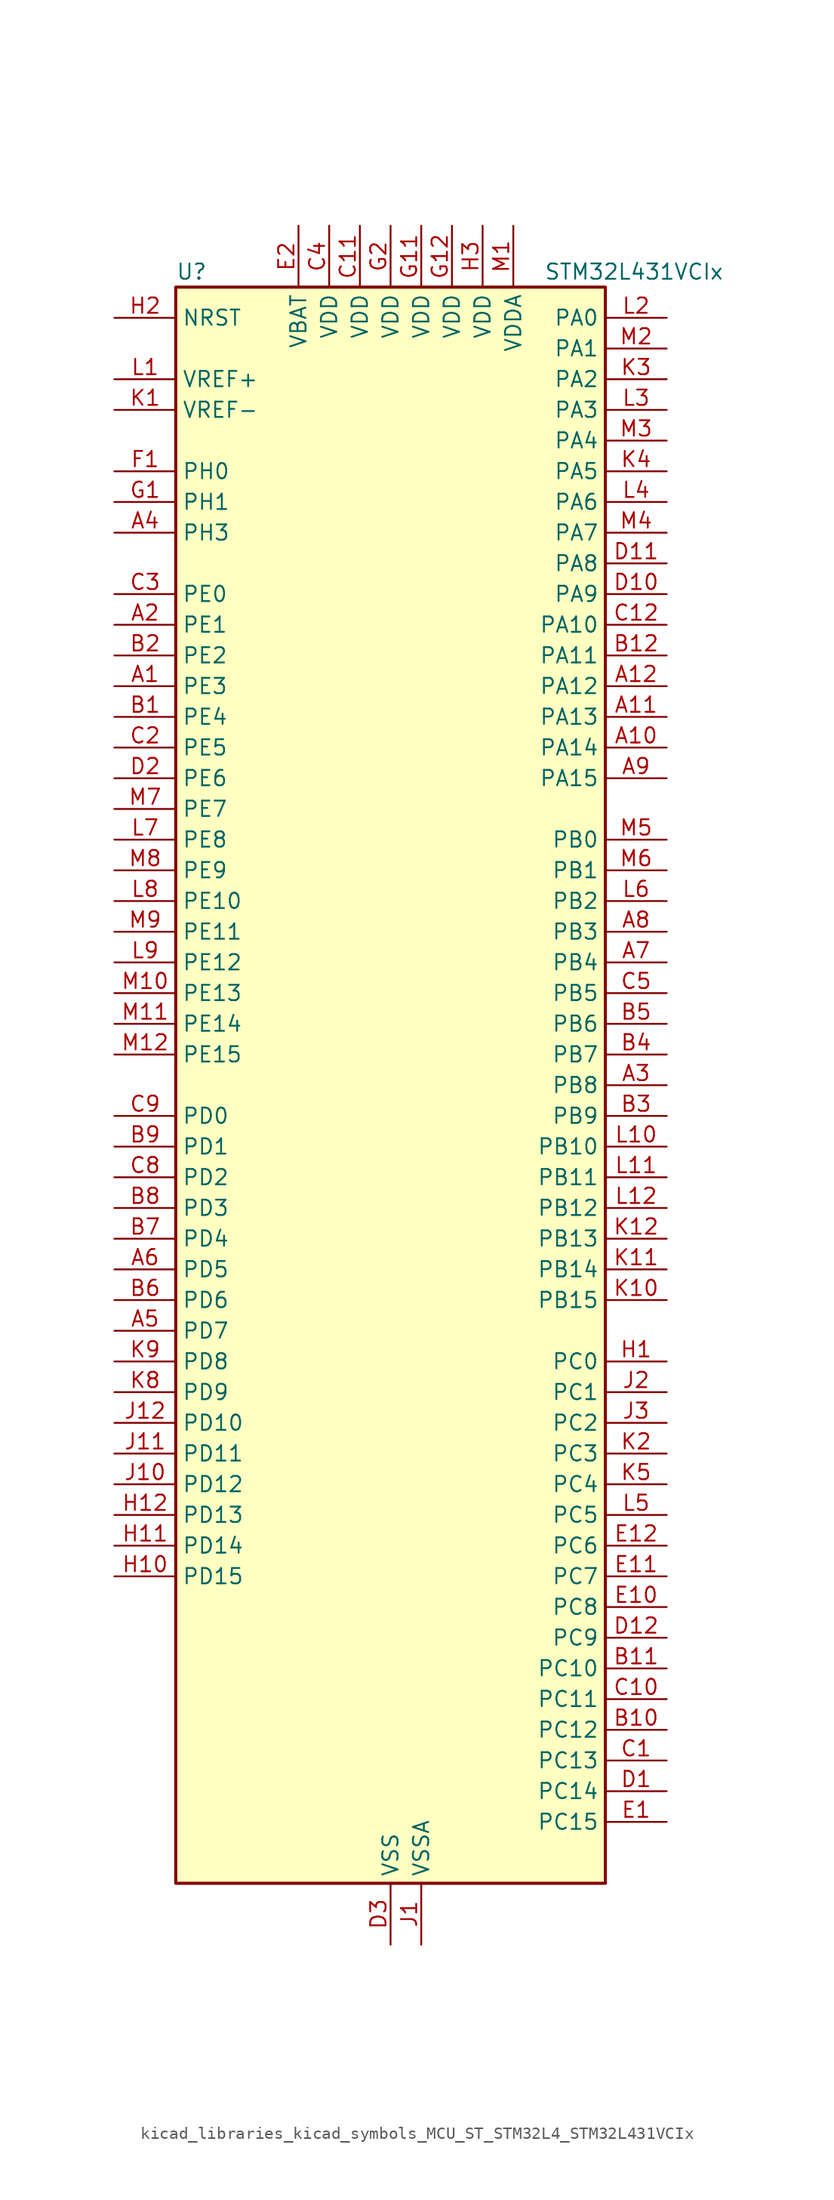
<source format=kicad_sym>
(kicad_symbol_lib
  (version 20220914)
  (generator kicad_symbol_editor)
  (symbol "kicad_libraries_kicad_symbols_MCU_ST_STM32L4_STM32L431VCIx"
    (property "Reference" "U"
      (at -17.78 67.31 0)
      (effects (font (size 1.27 1.27)) (justify left)))
    (property "Value" "STM32L431VCIx"
      (at 12.7 67.31 0)
      (effects (font (size 1.27 1.27)) (justify left)))
    (property "ki_locked" ""
      (at 0 0 0)
      (effects (font (size 1.27 1.27))))
    (symbol "kicad_libraries_kicad_symbols_MCU_ST_STM32L4_STM32L431VCIx_0_1"
      (rectangle (start -17.78 -66.04) (end 17.78 66.04) (stroke (width 0.254) (type default)) (fill (type background))))
    (symbol "kicad_libraries_kicad_symbols_MCU_ST_STM32L4_STM32L431VCIx_1_1"
      (pin bidirectional line (at -22.86 33.02 0) (length 5.08) (name "PE3" (effects (font (size 1.27 1.27)))) (number "A1" (effects (font (size 1.27 1.27)))) (alternate "SAI1_SD_B" bidirectional line) (alternate "SYS_TRACED0" bidirectional line) (alternate "TSC_G7_IO2" bidirectional line))
      (pin bidirectional line (at 22.86 27.94 180) (length 5.08) (name "PA14" (effects (font (size 1.27 1.27)))) (number "A10" (effects (font (size 1.27 1.27)))) (alternate "I2C1_SMBA" bidirectional line) (alternate "LPTIM1_OUT" bidirectional line) (alternate "SAI1_FS_B" bidirectional line) (alternate "SWPMI1_RX" bidirectional line) (alternate "SYS_JTCK-SWCLK" bidirectional line))
      (pin bidirectional line (at 22.86 30.48 180) (length 5.08) (name "PA13" (effects (font (size 1.27 1.27)))) (number "A11" (effects (font (size 1.27 1.27)))) (alternate "IR_OUT" bidirectional line) (alternate "SAI1_SD_B" bidirectional line) (alternate "SWPMI1_TX" bidirectional line) (alternate "SYS_JTMS-SWDIO" bidirectional line))
      (pin bidirectional line (at 22.86 33.02 180) (length 5.08) (name "PA12" (effects (font (size 1.27 1.27)))) (number "A12" (effects (font (size 1.27 1.27)))) (alternate "CAN1_TX" bidirectional line) (alternate "SPI1_MOSI" bidirectional line) (alternate "TIM1_ETR" bidirectional line) (alternate "USART1_DE" bidirectional line) (alternate "USART1_RTS" bidirectional line))
      (pin bidirectional line (at -22.86 38.1 0) (length 5.08) (name "PE1" (effects (font (size 1.27 1.27)))) (number "A2" (effects (font (size 1.27 1.27)))))
      (pin bidirectional line (at 22.86 0 180) (length 5.08) (name "PB8" (effects (font (size 1.27 1.27)))) (number "A3" (effects (font (size 1.27 1.27)))) (alternate "CAN1_RX" bidirectional line) (alternate "I2C1_SCL" bidirectional line) (alternate "SAI1_MCLK_A" bidirectional line) (alternate "SDMMC1_D4" bidirectional line) (alternate "TIM16_CH1" bidirectional line))
      (pin bidirectional line (at -22.86 45.72 0) (length 5.08) (name "PH3" (effects (font (size 1.27 1.27)))) (number "A4" (effects (font (size 1.27 1.27)))))
      (pin bidirectional line (at -22.86 -20.32 0) (length 5.08) (name "PD7" (effects (font (size 1.27 1.27)))) (number "A5" (effects (font (size 1.27 1.27)))) (alternate "QUADSPI_BK2_IO3" bidirectional line) (alternate "USART2_CK" bidirectional line))
      (pin bidirectional line (at -22.86 -15.24 0) (length 5.08) (name "PD5" (effects (font (size 1.27 1.27)))) (number "A6" (effects (font (size 1.27 1.27)))) (alternate "QUADSPI_BK2_IO1" bidirectional line) (alternate "USART2_TX" bidirectional line))
      (pin bidirectional line (at 22.86 10.16 180) (length 5.08) (name "PB4" (effects (font (size 1.27 1.27)))) (number "A7" (effects (font (size 1.27 1.27)))) (alternate "COMP2_INP" bidirectional line) (alternate "I2C3_SDA" bidirectional line) (alternate "SAI1_MCLK_B" bidirectional line) (alternate "SPI1_MISO" bidirectional line) (alternate "SPI3_MISO" bidirectional line) (alternate "SYS_JTRST" bidirectional line) (alternate "TSC_G2_IO1" bidirectional line) (alternate "USART1_CTS" bidirectional line))
      (pin bidirectional line (at 22.86 12.7 180) (length 5.08) (name "PB3" (effects (font (size 1.27 1.27)))) (number "A8" (effects (font (size 1.27 1.27)))) (alternate "COMP2_INM" bidirectional line) (alternate "SAI1_SCK_B" bidirectional line) (alternate "SPI1_SCK" bidirectional line) (alternate "SPI3_SCK" bidirectional line) (alternate "SYS_JTDO-SWO" bidirectional line) (alternate "TIM2_CH2" bidirectional line) (alternate "USART1_DE" bidirectional line) (alternate "USART1_RTS" bidirectional line))
      (pin bidirectional line (at 22.86 25.4 180) (length 5.08) (name "PA15" (effects (font (size 1.27 1.27)))) (number "A9" (effects (font (size 1.27 1.27)))) (alternate "ADC1_EXTI15" bidirectional line) (alternate "SPI1_NSS" bidirectional line) (alternate "SPI3_NSS" bidirectional line) (alternate "SWPMI1_SUSPEND" bidirectional line) (alternate "SYS_JTDI" bidirectional line) (alternate "TIM2_CH1" bidirectional line) (alternate "TIM2_ETR" bidirectional line) (alternate "TSC_G3_IO1" bidirectional line) (alternate "USART2_RX" bidirectional line) (alternate "USART3_DE" bidirectional line) (alternate "USART3_RTS" bidirectional line))
      (pin bidirectional line (at -22.86 30.48 0) (length 5.08) (name "PE4" (effects (font (size 1.27 1.27)))) (number "B1" (effects (font (size 1.27 1.27)))) (alternate "SAI1_FS_A" bidirectional line) (alternate "SYS_TRACED1" bidirectional line) (alternate "TSC_G7_IO3" bidirectional line))
      (pin bidirectional line (at 22.86 -53.34 180) (length 5.08) (name "PC12" (effects (font (size 1.27 1.27)))) (number "B10" (effects (font (size 1.27 1.27)))) (alternate "SDMMC1_CK" bidirectional line) (alternate "SPI3_MOSI" bidirectional line) (alternate "TSC_G3_IO4" bidirectional line) (alternate "USART3_CK" bidirectional line))
      (pin bidirectional line (at 22.86 -48.26 180) (length 5.08) (name "PC10" (effects (font (size 1.27 1.27)))) (number "B11" (effects (font (size 1.27 1.27)))) (alternate "SDMMC1_D2" bidirectional line) (alternate "SPI3_SCK" bidirectional line) (alternate "TSC_G3_IO2" bidirectional line) (alternate "USART3_TX" bidirectional line))
      (pin bidirectional line (at 22.86 35.56 180) (length 5.08) (name "PA11" (effects (font (size 1.27 1.27)))) (number "B12" (effects (font (size 1.27 1.27)))) (alternate "ADC1_EXTI11" bidirectional line) (alternate "CAN1_RX" bidirectional line) (alternate "COMP1_OUT" bidirectional line) (alternate "SPI1_MISO" bidirectional line) (alternate "TIM1_BKIN2" bidirectional line) (alternate "TIM1_BKIN2_COMP1" bidirectional line) (alternate "TIM1_CH4" bidirectional line) (alternate "USART1_CTS" bidirectional line))
      (pin bidirectional line (at -22.86 35.56 0) (length 5.08) (name "PE2" (effects (font (size 1.27 1.27)))) (number "B2" (effects (font (size 1.27 1.27)))) (alternate "SAI1_MCLK_A" bidirectional line) (alternate "SYS_TRACECLK" bidirectional line) (alternate "TSC_G7_IO1" bidirectional line))
      (pin bidirectional line (at 22.86 -2.54 180) (length 5.08) (name "PB9" (effects (font (size 1.27 1.27)))) (number "B3" (effects (font (size 1.27 1.27)))) (alternate "CAN1_TX" bidirectional line) (alternate "DAC1_EXTI9" bidirectional line) (alternate "I2C1_SDA" bidirectional line) (alternate "IR_OUT" bidirectional line) (alternate "SAI1_FS_A" bidirectional line) (alternate "SDMMC1_D5" bidirectional line) (alternate "SPI2_NSS" bidirectional line))
      (pin bidirectional line (at 22.86 2.54 180) (length 5.08) (name "PB7" (effects (font (size 1.27 1.27)))) (number "B4" (effects (font (size 1.27 1.27)))) (alternate "COMP2_INM" bidirectional line) (alternate "I2C1_SDA" bidirectional line) (alternate "LPTIM1_IN2" bidirectional line) (alternate "SYS_PVD_IN" bidirectional line) (alternate "TSC_G2_IO4" bidirectional line) (alternate "USART1_RX" bidirectional line))
      (pin bidirectional line (at 22.86 5.08 180) (length 5.08) (name "PB6" (effects (font (size 1.27 1.27)))) (number "B5" (effects (font (size 1.27 1.27)))) (alternate "COMP2_INP" bidirectional line) (alternate "I2C1_SCL" bidirectional line) (alternate "LPTIM1_ETR" bidirectional line) (alternate "SAI1_FS_B" bidirectional line) (alternate "TIM16_CH1N" bidirectional line) (alternate "TSC_G2_IO3" bidirectional line) (alternate "USART1_TX" bidirectional line))
      (pin bidirectional line (at -22.86 -17.78 0) (length 5.08) (name "PD6" (effects (font (size 1.27 1.27)))) (number "B6" (effects (font (size 1.27 1.27)))) (alternate "QUADSPI_BK2_IO2" bidirectional line) (alternate "SAI1_SD_A" bidirectional line) (alternate "USART2_RX" bidirectional line))
      (pin bidirectional line (at -22.86 -12.7 0) (length 5.08) (name "PD4" (effects (font (size 1.27 1.27)))) (number "B7" (effects (font (size 1.27 1.27)))) (alternate "QUADSPI_BK2_IO0" bidirectional line) (alternate "SPI2_MOSI" bidirectional line) (alternate "USART2_DE" bidirectional line) (alternate "USART2_RTS" bidirectional line))
      (pin bidirectional line (at -22.86 -10.16 0) (length 5.08) (name "PD3" (effects (font (size 1.27 1.27)))) (number "B8" (effects (font (size 1.27 1.27)))) (alternate "QUADSPI_BK2_NCS" bidirectional line) (alternate "SPI2_MISO" bidirectional line) (alternate "USART2_CTS" bidirectional line))
      (pin bidirectional line (at -22.86 -5.08 0) (length 5.08) (name "PD1" (effects (font (size 1.27 1.27)))) (number "B9" (effects (font (size 1.27 1.27)))) (alternate "CAN1_TX" bidirectional line) (alternate "SPI2_SCK" bidirectional line))
      (pin bidirectional line (at 22.86 -55.88 180) (length 5.08) (name "PC13" (effects (font (size 1.27 1.27)))) (number "C1" (effects (font (size 1.27 1.27)))) (alternate "RTC_OUT_ALARM" bidirectional line) (alternate "RTC_OUT_CALIB" bidirectional line) (alternate "RTC_TAMP1" bidirectional line) (alternate "RTC_TS" bidirectional line) (alternate "SYS_WKUP2" bidirectional line))
      (pin bidirectional line (at 22.86 -50.8 180) (length 5.08) (name "PC11" (effects (font (size 1.27 1.27)))) (number "C10" (effects (font (size 1.27 1.27)))) (alternate "ADC1_EXTI11" bidirectional line) (alternate "SDMMC1_D3" bidirectional line) (alternate "SPI3_MISO" bidirectional line) (alternate "TSC_G3_IO3" bidirectional line) (alternate "USART3_RX" bidirectional line))
      (pin power_in line (at -2.54 71.12 270) (length 5.08) (name "VDD" (effects (font (size 1.27 1.27)))) (number "C11" (effects (font (size 1.27 1.27)))))
      (pin bidirectional line (at 22.86 38.1 180) (length 5.08) (name "PA10" (effects (font (size 1.27 1.27)))) (number "C12" (effects (font (size 1.27 1.27)))) (alternate "I2C1_SDA" bidirectional line) (alternate "SAI1_SD_A" bidirectional line) (alternate "TIM1_CH3" bidirectional line) (alternate "USART1_RX" bidirectional line))
      (pin bidirectional line (at -22.86 27.94 0) (length 5.08) (name "PE5" (effects (font (size 1.27 1.27)))) (number "C2" (effects (font (size 1.27 1.27)))) (alternate "SAI1_SCK_A" bidirectional line) (alternate "SYS_TRACED2" bidirectional line) (alternate "TSC_G7_IO4" bidirectional line))
      (pin bidirectional line (at -22.86 40.64 0) (length 5.08) (name "PE0" (effects (font (size 1.27 1.27)))) (number "C3" (effects (font (size 1.27 1.27)))) (alternate "TIM16_CH1" bidirectional line))
      (pin power_in line (at -5.08 71.12 270) (length 5.08) (name "VDD" (effects (font (size 1.27 1.27)))) (number "C4" (effects (font (size 1.27 1.27)))))
      (pin bidirectional line (at 22.86 7.62 180) (length 5.08) (name "PB5" (effects (font (size 1.27 1.27)))) (number "C5" (effects (font (size 1.27 1.27)))) (alternate "COMP2_OUT" bidirectional line) (alternate "I2C1_SMBA" bidirectional line) (alternate "LPTIM1_IN1" bidirectional line) (alternate "SAI1_SD_B" bidirectional line) (alternate "SPI1_MOSI" bidirectional line) (alternate "SPI3_MOSI" bidirectional line) (alternate "TIM16_BKIN" bidirectional line) (alternate "TSC_G2_IO2" bidirectional line) (alternate "USART1_CK" bidirectional line))
      (pin bidirectional line (at -22.86 -7.62 0) (length 5.08) (name "PD2" (effects (font (size 1.27 1.27)))) (number "C8" (effects (font (size 1.27 1.27)))) (alternate "SDMMC1_CMD" bidirectional line) (alternate "TSC_SYNC" bidirectional line) (alternate "USART3_DE" bidirectional line) (alternate "USART3_RTS" bidirectional line))
      (pin bidirectional line (at -22.86 -2.54 0) (length 5.08) (name "PD0" (effects (font (size 1.27 1.27)))) (number "C9" (effects (font (size 1.27 1.27)))) (alternate "CAN1_RX" bidirectional line) (alternate "SPI2_NSS" bidirectional line))
      (pin bidirectional line (at 22.86 -58.42 180) (length 5.08) (name "PC14" (effects (font (size 1.27 1.27)))) (number "D1" (effects (font (size 1.27 1.27)))) (alternate "RCC_OSC32_IN" bidirectional line))
      (pin bidirectional line (at 22.86 40.64 180) (length 5.08) (name "PA9" (effects (font (size 1.27 1.27)))) (number "D10" (effects (font (size 1.27 1.27)))) (alternate "DAC1_EXTI9" bidirectional line) (alternate "I2C1_SCL" bidirectional line) (alternate "SAI1_FS_A" bidirectional line) (alternate "TIM15_BKIN" bidirectional line) (alternate "TIM1_CH2" bidirectional line) (alternate "USART1_TX" bidirectional line))
      (pin bidirectional line (at 22.86 43.18 180) (length 5.08) (name "PA8" (effects (font (size 1.27 1.27)))) (number "D11" (effects (font (size 1.27 1.27)))) (alternate "LPTIM2_OUT" bidirectional line) (alternate "RCC_MCO" bidirectional line) (alternate "SAI1_SCK_A" bidirectional line) (alternate "SWPMI1_IO" bidirectional line) (alternate "TIM1_CH1" bidirectional line) (alternate "USART1_CK" bidirectional line))
      (pin bidirectional line (at 22.86 -45.72 180) (length 5.08) (name "PC9" (effects (font (size 1.27 1.27)))) (number "D12" (effects (font (size 1.27 1.27)))) (alternate "DAC1_EXTI9" bidirectional line) (alternate "SDMMC1_D1" bidirectional line) (alternate "TSC_G4_IO4" bidirectional line))
      (pin bidirectional line (at -22.86 25.4 0) (length 5.08) (name "PE6" (effects (font (size 1.27 1.27)))) (number "D2" (effects (font (size 1.27 1.27)))) (alternate "RTC_TAMP3" bidirectional line) (alternate "SAI1_SD_A" bidirectional line) (alternate "SYS_TRACED3" bidirectional line) (alternate "SYS_WKUP3" bidirectional line))
      (pin power_in line (at 0 -71.12 90) (length 5.08) (name "VSS" (effects (font (size 1.27 1.27)))) (number "D3" (effects (font (size 1.27 1.27)))))
      (pin bidirectional line (at 22.86 -60.96 180) (length 5.08) (name "PC15" (effects (font (size 1.27 1.27)))) (number "E1" (effects (font (size 1.27 1.27)))) (alternate "ADC1_EXTI15" bidirectional line) (alternate "RCC_OSC32_OUT" bidirectional line))
      (pin bidirectional line (at 22.86 -43.18 180) (length 5.08) (name "PC8" (effects (font (size 1.27 1.27)))) (number "E10" (effects (font (size 1.27 1.27)))) (alternate "SDMMC1_D0" bidirectional line) (alternate "TSC_G4_IO3" bidirectional line))
      (pin bidirectional line (at 22.86 -40.64 180) (length 5.08) (name "PC7" (effects (font (size 1.27 1.27)))) (number "E11" (effects (font (size 1.27 1.27)))) (alternate "SDMMC1_D7" bidirectional line) (alternate "TSC_G4_IO2" bidirectional line))
      (pin bidirectional line (at 22.86 -38.1 180) (length 5.08) (name "PC6" (effects (font (size 1.27 1.27)))) (number "E12" (effects (font (size 1.27 1.27)))) (alternate "SDMMC1_D6" bidirectional line) (alternate "TSC_G4_IO1" bidirectional line))
      (pin power_in line (at -7.62 71.12 270) (length 5.08) (name "VBAT" (effects (font (size 1.27 1.27)))) (number "E2" (effects (font (size 1.27 1.27)))))
      (pin passive line (at 0 -71.12 90) (length 5.08) hide (name "VSS" (effects (font (size 1.27 1.27)))) (number "E3" (effects (font (size 1.27 1.27)))))
      (pin bidirectional line (at -22.86 50.8 0) (length 5.08) (name "PH0" (effects (font (size 1.27 1.27)))) (number "F1" (effects (font (size 1.27 1.27)))) (alternate "RCC_OSC_IN" bidirectional line))
      (pin passive line (at 0 -71.12 90) (length 5.08) hide (name "VSS" (effects (font (size 1.27 1.27)))) (number "F11" (effects (font (size 1.27 1.27)))))
      (pin passive line (at 0 -71.12 90) (length 5.08) hide (name "VSS" (effects (font (size 1.27 1.27)))) (number "F12" (effects (font (size 1.27 1.27)))))
      (pin passive line (at 0 -71.12 90) (length 5.08) hide (name "VSS" (effects (font (size 1.27 1.27)))) (number "F2" (effects (font (size 1.27 1.27)))))
      (pin bidirectional line (at -22.86 48.26 0) (length 5.08) (name "PH1" (effects (font (size 1.27 1.27)))) (number "G1" (effects (font (size 1.27 1.27)))) (alternate "RCC_OSC_OUT" bidirectional line))
      (pin power_in line (at 2.54 71.12 270) (length 5.08) (name "VDD" (effects (font (size 1.27 1.27)))) (number "G11" (effects (font (size 1.27 1.27)))))
      (pin power_in line (at 5.08 71.12 270) (length 5.08) (name "VDD" (effects (font (size 1.27 1.27)))) (number "G12" (effects (font (size 1.27 1.27)))))
      (pin power_in line (at 0 71.12 270) (length 5.08) (name "VDD" (effects (font (size 1.27 1.27)))) (number "G2" (effects (font (size 1.27 1.27)))))
      (pin bidirectional line (at 22.86 -22.86 180) (length 5.08) (name "PC0" (effects (font (size 1.27 1.27)))) (number "H1" (effects (font (size 1.27 1.27)))) (alternate "ADC1_IN1" bidirectional line) (alternate "I2C3_SCL" bidirectional line) (alternate "LPTIM1_IN1" bidirectional line) (alternate "LPTIM2_IN1" bidirectional line) (alternate "LPUART1_RX" bidirectional line))
      (pin bidirectional line (at -22.86 -40.64 0) (length 5.08) (name "PD15" (effects (font (size 1.27 1.27)))) (number "H10" (effects (font (size 1.27 1.27)))) (alternate "ADC1_EXTI15" bidirectional line))
      (pin bidirectional line (at -22.86 -38.1 0) (length 5.08) (name "PD14" (effects (font (size 1.27 1.27)))) (number "H11" (effects (font (size 1.27 1.27)))))
      (pin bidirectional line (at -22.86 -35.56 0) (length 5.08) (name "PD13" (effects (font (size 1.27 1.27)))) (number "H12" (effects (font (size 1.27 1.27)))) (alternate "LPTIM2_OUT" bidirectional line) (alternate "TSC_G6_IO4" bidirectional line))
      (pin input line (at -22.86 63.5 0) (length 5.08) (name "NRST" (effects (font (size 1.27 1.27)))) (number "H2" (effects (font (size 1.27 1.27)))))
      (pin power_in line (at 7.62 71.12 270) (length 5.08) (name "VDD" (effects (font (size 1.27 1.27)))) (number "H3" (effects (font (size 1.27 1.27)))))
      (pin power_in line (at 2.54 -71.12 90) (length 5.08) (name "VSSA" (effects (font (size 1.27 1.27)))) (number "J1" (effects (font (size 1.27 1.27)))))
      (pin bidirectional line (at -22.86 -33.02 0) (length 5.08) (name "PD12" (effects (font (size 1.27 1.27)))) (number "J10" (effects (font (size 1.27 1.27)))) (alternate "LPTIM2_IN1" bidirectional line) (alternate "TSC_G6_IO3" bidirectional line) (alternate "USART3_DE" bidirectional line) (alternate "USART3_RTS" bidirectional line))
      (pin bidirectional line (at -22.86 -30.48 0) (length 5.08) (name "PD11" (effects (font (size 1.27 1.27)))) (number "J11" (effects (font (size 1.27 1.27)))) (alternate "ADC1_EXTI11" bidirectional line) (alternate "LPTIM2_ETR" bidirectional line) (alternate "TSC_G6_IO2" bidirectional line) (alternate "USART3_CTS" bidirectional line))
      (pin bidirectional line (at -22.86 -27.94 0) (length 5.08) (name "PD10" (effects (font (size 1.27 1.27)))) (number "J12" (effects (font (size 1.27 1.27)))) (alternate "TSC_G6_IO1" bidirectional line) (alternate "USART3_CK" bidirectional line))
      (pin bidirectional line (at 22.86 -25.4 180) (length 5.08) (name "PC1" (effects (font (size 1.27 1.27)))) (number "J2" (effects (font (size 1.27 1.27)))) (alternate "ADC1_IN2" bidirectional line) (alternate "I2C3_SDA" bidirectional line) (alternate "LPTIM1_OUT" bidirectional line) (alternate "LPUART1_TX" bidirectional line))
      (pin bidirectional line (at 22.86 -27.94 180) (length 5.08) (name "PC2" (effects (font (size 1.27 1.27)))) (number "J3" (effects (font (size 1.27 1.27)))) (alternate "ADC1_IN3" bidirectional line) (alternate "LPTIM1_IN2" bidirectional line) (alternate "SPI2_MISO" bidirectional line))
      (pin input line (at -22.86 55.88 0) (length 5.08) (name "VREF-" (effects (font (size 1.27 1.27)))) (number "K1" (effects (font (size 1.27 1.27)))))
      (pin bidirectional line (at 22.86 -17.78 180) (length 5.08) (name "PB15" (effects (font (size 1.27 1.27)))) (number "K10" (effects (font (size 1.27 1.27)))) (alternate "ADC1_EXTI15" bidirectional line) (alternate "RTC_REFIN" bidirectional line) (alternate "SAI1_SD_A" bidirectional line) (alternate "SPI2_MOSI" bidirectional line) (alternate "SWPMI1_SUSPEND" bidirectional line) (alternate "TIM15_CH2" bidirectional line) (alternate "TIM1_CH3N" bidirectional line) (alternate "TSC_G1_IO4" bidirectional line))
      (pin bidirectional line (at 22.86 -15.24 180) (length 5.08) (name "PB14" (effects (font (size 1.27 1.27)))) (number "K11" (effects (font (size 1.27 1.27)))) (alternate "I2C2_SDA" bidirectional line) (alternate "SAI1_MCLK_A" bidirectional line) (alternate "SPI2_MISO" bidirectional line) (alternate "SWPMI1_RX" bidirectional line) (alternate "TIM15_CH1" bidirectional line) (alternate "TIM1_CH2N" bidirectional line) (alternate "TSC_G1_IO3" bidirectional line) (alternate "USART3_DE" bidirectional line) (alternate "USART3_RTS" bidirectional line))
      (pin bidirectional line (at 22.86 -12.7 180) (length 5.08) (name "PB13" (effects (font (size 1.27 1.27)))) (number "K12" (effects (font (size 1.27 1.27)))) (alternate "I2C2_SCL" bidirectional line) (alternate "LPUART1_CTS" bidirectional line) (alternate "SAI1_SCK_A" bidirectional line) (alternate "SPI2_SCK" bidirectional line) (alternate "SWPMI1_TX" bidirectional line) (alternate "TIM15_CH1N" bidirectional line) (alternate "TIM1_CH1N" bidirectional line) (alternate "TSC_G1_IO2" bidirectional line) (alternate "USART3_CTS" bidirectional line))
      (pin bidirectional line (at 22.86 -30.48 180) (length 5.08) (name "PC3" (effects (font (size 1.27 1.27)))) (number "K2" (effects (font (size 1.27 1.27)))) (alternate "ADC1_IN4" bidirectional line) (alternate "LPTIM1_ETR" bidirectional line) (alternate "LPTIM2_ETR" bidirectional line) (alternate "SAI1_SD_A" bidirectional line) (alternate "SPI2_MOSI" bidirectional line))
      (pin bidirectional line (at 22.86 58.42 180) (length 5.08) (name "PA2" (effects (font (size 1.27 1.27)))) (number "K3" (effects (font (size 1.27 1.27)))) (alternate "ADC1_IN7" bidirectional line) (alternate "COMP2_INM" bidirectional line) (alternate "COMP2_OUT" bidirectional line) (alternate "LPUART1_TX" bidirectional line) (alternate "QUADSPI_BK1_NCS" bidirectional line) (alternate "RCC_LSCO" bidirectional line) (alternate "SYS_WKUP4" bidirectional line) (alternate "TIM15_CH1" bidirectional line) (alternate "TIM2_CH3" bidirectional line) (alternate "USART2_TX" bidirectional line))
      (pin bidirectional line (at 22.86 50.8 180) (length 5.08) (name "PA5" (effects (font (size 1.27 1.27)))) (number "K4" (effects (font (size 1.27 1.27)))) (alternate "ADC1_IN10" bidirectional line) (alternate "COMP1_INM" bidirectional line) (alternate "COMP2_INM" bidirectional line) (alternate "DAC1_OUT2" bidirectional line) (alternate "LPTIM2_ETR" bidirectional line) (alternate "SPI1_SCK" bidirectional line) (alternate "TIM2_CH1" bidirectional line) (alternate "TIM2_ETR" bidirectional line))
      (pin bidirectional line (at 22.86 -33.02 180) (length 5.08) (name "PC4" (effects (font (size 1.27 1.27)))) (number "K5" (effects (font (size 1.27 1.27)))) (alternate "ADC1_IN13" bidirectional line) (alternate "COMP1_INM" bidirectional line) (alternate "USART3_TX" bidirectional line))
      (pin bidirectional line (at -22.86 -25.4 0) (length 5.08) (name "PD9" (effects (font (size 1.27 1.27)))) (number "K8" (effects (font (size 1.27 1.27)))) (alternate "DAC1_EXTI9" bidirectional line) (alternate "USART3_RX" bidirectional line))
      (pin bidirectional line (at -22.86 -22.86 0) (length 5.08) (name "PD8" (effects (font (size 1.27 1.27)))) (number "K9" (effects (font (size 1.27 1.27)))) (alternate "USART3_TX" bidirectional line))
      (pin input line (at -22.86 58.42 0) (length 5.08) (name "VREF+" (effects (font (size 1.27 1.27)))) (number "L1" (effects (font (size 1.27 1.27)))) (alternate "VREFBUF_OUT" bidirectional line))
      (pin bidirectional line (at 22.86 -5.08 180) (length 5.08) (name "PB10" (effects (font (size 1.27 1.27)))) (number "L10" (effects (font (size 1.27 1.27)))) (alternate "COMP1_OUT" bidirectional line) (alternate "I2C2_SCL" bidirectional line) (alternate "LPUART1_RX" bidirectional line) (alternate "QUADSPI_CLK" bidirectional line) (alternate "SAI1_SCK_A" bidirectional line) (alternate "SPI2_SCK" bidirectional line) (alternate "TIM2_CH3" bidirectional line) (alternate "TSC_SYNC" bidirectional line) (alternate "USART3_TX" bidirectional line))
      (pin bidirectional line (at 22.86 -7.62 180) (length 5.08) (name "PB11" (effects (font (size 1.27 1.27)))) (number "L11" (effects (font (size 1.27 1.27)))) (alternate "ADC1_EXTI11" bidirectional line) (alternate "COMP2_OUT" bidirectional line) (alternate "I2C2_SDA" bidirectional line) (alternate "LPUART1_TX" bidirectional line) (alternate "QUADSPI_BK1_NCS" bidirectional line) (alternate "TIM2_CH4" bidirectional line) (alternate "USART3_RX" bidirectional line))
      (pin bidirectional line (at 22.86 -10.16 180) (length 5.08) (name "PB12" (effects (font (size 1.27 1.27)))) (number "L12" (effects (font (size 1.27 1.27)))) (alternate "I2C2_SMBA" bidirectional line) (alternate "LPUART1_DE" bidirectional line) (alternate "LPUART1_RTS" bidirectional line) (alternate "SAI1_FS_A" bidirectional line) (alternate "SPI2_NSS" bidirectional line) (alternate "SWPMI1_IO" bidirectional line) (alternate "TIM15_BKIN" bidirectional line) (alternate "TIM1_BKIN" bidirectional line) (alternate "TIM1_BKIN_COMP2" bidirectional line) (alternate "TSC_G1_IO1" bidirectional line) (alternate "USART3_CK" bidirectional line))
      (pin bidirectional line (at 22.86 63.5 180) (length 5.08) (name "PA0" (effects (font (size 1.27 1.27)))) (number "L2" (effects (font (size 1.27 1.27)))) (alternate "ADC1_IN5" bidirectional line) (alternate "COMP1_INM" bidirectional line) (alternate "COMP1_OUT" bidirectional line) (alternate "OPAMP1_VINP" bidirectional line) (alternate "RTC_TAMP2" bidirectional line) (alternate "SAI1_EXTCLK" bidirectional line) (alternate "SYS_WKUP1" bidirectional line) (alternate "TIM2_CH1" bidirectional line) (alternate "TIM2_ETR" bidirectional line) (alternate "USART2_CTS" bidirectional line))
      (pin bidirectional line (at 22.86 55.88 180) (length 5.08) (name "PA3" (effects (font (size 1.27 1.27)))) (number "L3" (effects (font (size 1.27 1.27)))) (alternate "ADC1_IN8" bidirectional line) (alternate "COMP2_INP" bidirectional line) (alternate "LPUART1_RX" bidirectional line) (alternate "OPAMP1_VOUT" bidirectional line) (alternate "QUADSPI_CLK" bidirectional line) (alternate "SAI1_MCLK_A" bidirectional line) (alternate "TIM15_CH2" bidirectional line) (alternate "TIM2_CH4" bidirectional line) (alternate "USART2_RX" bidirectional line))
      (pin bidirectional line (at 22.86 48.26 180) (length 5.08) (name "PA6" (effects (font (size 1.27 1.27)))) (number "L4" (effects (font (size 1.27 1.27)))) (alternate "ADC1_IN11" bidirectional line) (alternate "COMP1_OUT" bidirectional line) (alternate "LPUART1_CTS" bidirectional line) (alternate "QUADSPI_BK1_IO3" bidirectional line) (alternate "SPI1_MISO" bidirectional line) (alternate "TIM16_CH1" bidirectional line) (alternate "TIM1_BKIN" bidirectional line) (alternate "TIM1_BKIN_COMP2" bidirectional line) (alternate "USART3_CTS" bidirectional line))
      (pin bidirectional line (at 22.86 -35.56 180) (length 5.08) (name "PC5" (effects (font (size 1.27 1.27)))) (number "L5" (effects (font (size 1.27 1.27)))) (alternate "ADC1_IN14" bidirectional line) (alternate "COMP1_INP" bidirectional line) (alternate "SYS_WKUP5" bidirectional line) (alternate "USART3_RX" bidirectional line))
      (pin bidirectional line (at 22.86 15.24 180) (length 5.08) (name "PB2" (effects (font (size 1.27 1.27)))) (number "L6" (effects (font (size 1.27 1.27)))) (alternate "COMP1_INP" bidirectional line) (alternate "I2C3_SMBA" bidirectional line) (alternate "LPTIM1_OUT" bidirectional line) (alternate "RTC_OUT_ALARM" bidirectional line) (alternate "RTC_OUT_CALIB" bidirectional line))
      (pin bidirectional line (at -22.86 20.32 0) (length 5.08) (name "PE8" (effects (font (size 1.27 1.27)))) (number "L7" (effects (font (size 1.27 1.27)))) (alternate "SAI1_SCK_B" bidirectional line) (alternate "TIM1_CH1N" bidirectional line))
      (pin bidirectional line (at -22.86 15.24 0) (length 5.08) (name "PE10" (effects (font (size 1.27 1.27)))) (number "L8" (effects (font (size 1.27 1.27)))) (alternate "QUADSPI_CLK" bidirectional line) (alternate "SAI1_MCLK_B" bidirectional line) (alternate "TIM1_CH2N" bidirectional line) (alternate "TSC_G5_IO1" bidirectional line))
      (pin bidirectional line (at -22.86 10.16 0) (length 5.08) (name "PE12" (effects (font (size 1.27 1.27)))) (number "L9" (effects (font (size 1.27 1.27)))) (alternate "QUADSPI_BK1_IO0" bidirectional line) (alternate "SPI1_NSS" bidirectional line) (alternate "TIM1_CH3N" bidirectional line) (alternate "TSC_G5_IO3" bidirectional line))
      (pin power_in line (at 10.16 71.12 270) (length 5.08) (name "VDDA" (effects (font (size 1.27 1.27)))) (number "M1" (effects (font (size 1.27 1.27)))))
      (pin bidirectional line (at -22.86 7.62 0) (length 5.08) (name "PE13" (effects (font (size 1.27 1.27)))) (number "M10" (effects (font (size 1.27 1.27)))) (alternate "QUADSPI_BK1_IO1" bidirectional line) (alternate "SPI1_SCK" bidirectional line) (alternate "TIM1_CH3" bidirectional line) (alternate "TSC_G5_IO4" bidirectional line))
      (pin bidirectional line (at -22.86 5.08 0) (length 5.08) (name "PE14" (effects (font (size 1.27 1.27)))) (number "M11" (effects (font (size 1.27 1.27)))) (alternate "QUADSPI_BK1_IO2" bidirectional line) (alternate "SPI1_MISO" bidirectional line) (alternate "TIM1_BKIN2" bidirectional line) (alternate "TIM1_BKIN2_COMP2" bidirectional line) (alternate "TIM1_CH4" bidirectional line))
      (pin bidirectional line (at -22.86 2.54 0) (length 5.08) (name "PE15" (effects (font (size 1.27 1.27)))) (number "M12" (effects (font (size 1.27 1.27)))) (alternate "ADC1_EXTI15" bidirectional line) (alternate "QUADSPI_BK1_IO3" bidirectional line) (alternate "SPI1_MOSI" bidirectional line) (alternate "TIM1_BKIN" bidirectional line) (alternate "TIM1_BKIN_COMP1" bidirectional line))
      (pin bidirectional line (at 22.86 60.96 180) (length 5.08) (name "PA1" (effects (font (size 1.27 1.27)))) (number "M2" (effects (font (size 1.27 1.27)))) (alternate "ADC1_IN6" bidirectional line) (alternate "COMP1_INP" bidirectional line) (alternate "I2C1_SMBA" bidirectional line) (alternate "OPAMP1_VINM" bidirectional line) (alternate "SPI1_SCK" bidirectional line) (alternate "TIM15_CH1N" bidirectional line) (alternate "TIM2_CH2" bidirectional line) (alternate "USART2_DE" bidirectional line) (alternate "USART2_RTS" bidirectional line))
      (pin bidirectional line (at 22.86 53.34 180) (length 5.08) (name "PA4" (effects (font (size 1.27 1.27)))) (number "M3" (effects (font (size 1.27 1.27)))) (alternate "ADC1_IN9" bidirectional line) (alternate "COMP1_INM" bidirectional line) (alternate "COMP2_INM" bidirectional line) (alternate "DAC1_OUT1" bidirectional line) (alternate "LPTIM2_OUT" bidirectional line) (alternate "SAI1_FS_B" bidirectional line) (alternate "SPI1_NSS" bidirectional line) (alternate "SPI3_NSS" bidirectional line) (alternate "USART2_CK" bidirectional line))
      (pin bidirectional line (at 22.86 45.72 180) (length 5.08) (name "PA7" (effects (font (size 1.27 1.27)))) (number "M4" (effects (font (size 1.27 1.27)))) (alternate "ADC1_IN12" bidirectional line) (alternate "COMP2_OUT" bidirectional line) (alternate "I2C3_SCL" bidirectional line) (alternate "QUADSPI_BK1_IO2" bidirectional line) (alternate "SPI1_MOSI" bidirectional line) (alternate "TIM1_CH1N" bidirectional line))
      (pin bidirectional line (at 22.86 20.32 180) (length 5.08) (name "PB0" (effects (font (size 1.27 1.27)))) (number "M5" (effects (font (size 1.27 1.27)))) (alternate "ADC1_IN15" bidirectional line) (alternate "COMP1_OUT" bidirectional line) (alternate "QUADSPI_BK1_IO1" bidirectional line) (alternate "SAI1_EXTCLK" bidirectional line) (alternate "SPI1_NSS" bidirectional line) (alternate "TIM1_CH2N" bidirectional line) (alternate "USART3_CK" bidirectional line))
      (pin bidirectional line (at 22.86 17.78 180) (length 5.08) (name "PB1" (effects (font (size 1.27 1.27)))) (number "M6" (effects (font (size 1.27 1.27)))) (alternate "ADC1_IN16" bidirectional line) (alternate "COMP1_INM" bidirectional line) (alternate "LPTIM2_IN1" bidirectional line) (alternate "LPUART1_DE" bidirectional line) (alternate "LPUART1_RTS" bidirectional line) (alternate "QUADSPI_BK1_IO0" bidirectional line) (alternate "TIM1_CH3N" bidirectional line) (alternate "USART3_DE" bidirectional line) (alternate "USART3_RTS" bidirectional line))
      (pin bidirectional line (at -22.86 22.86 0) (length 5.08) (name "PE7" (effects (font (size 1.27 1.27)))) (number "M7" (effects (font (size 1.27 1.27)))) (alternate "SAI1_SD_B" bidirectional line) (alternate "TIM1_ETR" bidirectional line))
      (pin bidirectional line (at -22.86 17.78 0) (length 5.08) (name "PE9" (effects (font (size 1.27 1.27)))) (number "M8" (effects (font (size 1.27 1.27)))) (alternate "DAC1_EXTI9" bidirectional line) (alternate "SAI1_FS_B" bidirectional line) (alternate "TIM1_CH1" bidirectional line))
      (pin bidirectional line (at -22.86 12.7 0) (length 5.08) (name "PE11" (effects (font (size 1.27 1.27)))) (number "M9" (effects (font (size 1.27 1.27)))) (alternate "ADC1_EXTI11" bidirectional line) (alternate "QUADSPI_BK1_NCS" bidirectional line) (alternate "TIM1_CH2" bidirectional line) (alternate "TSC_G5_IO2" bidirectional line)))))
</source>
